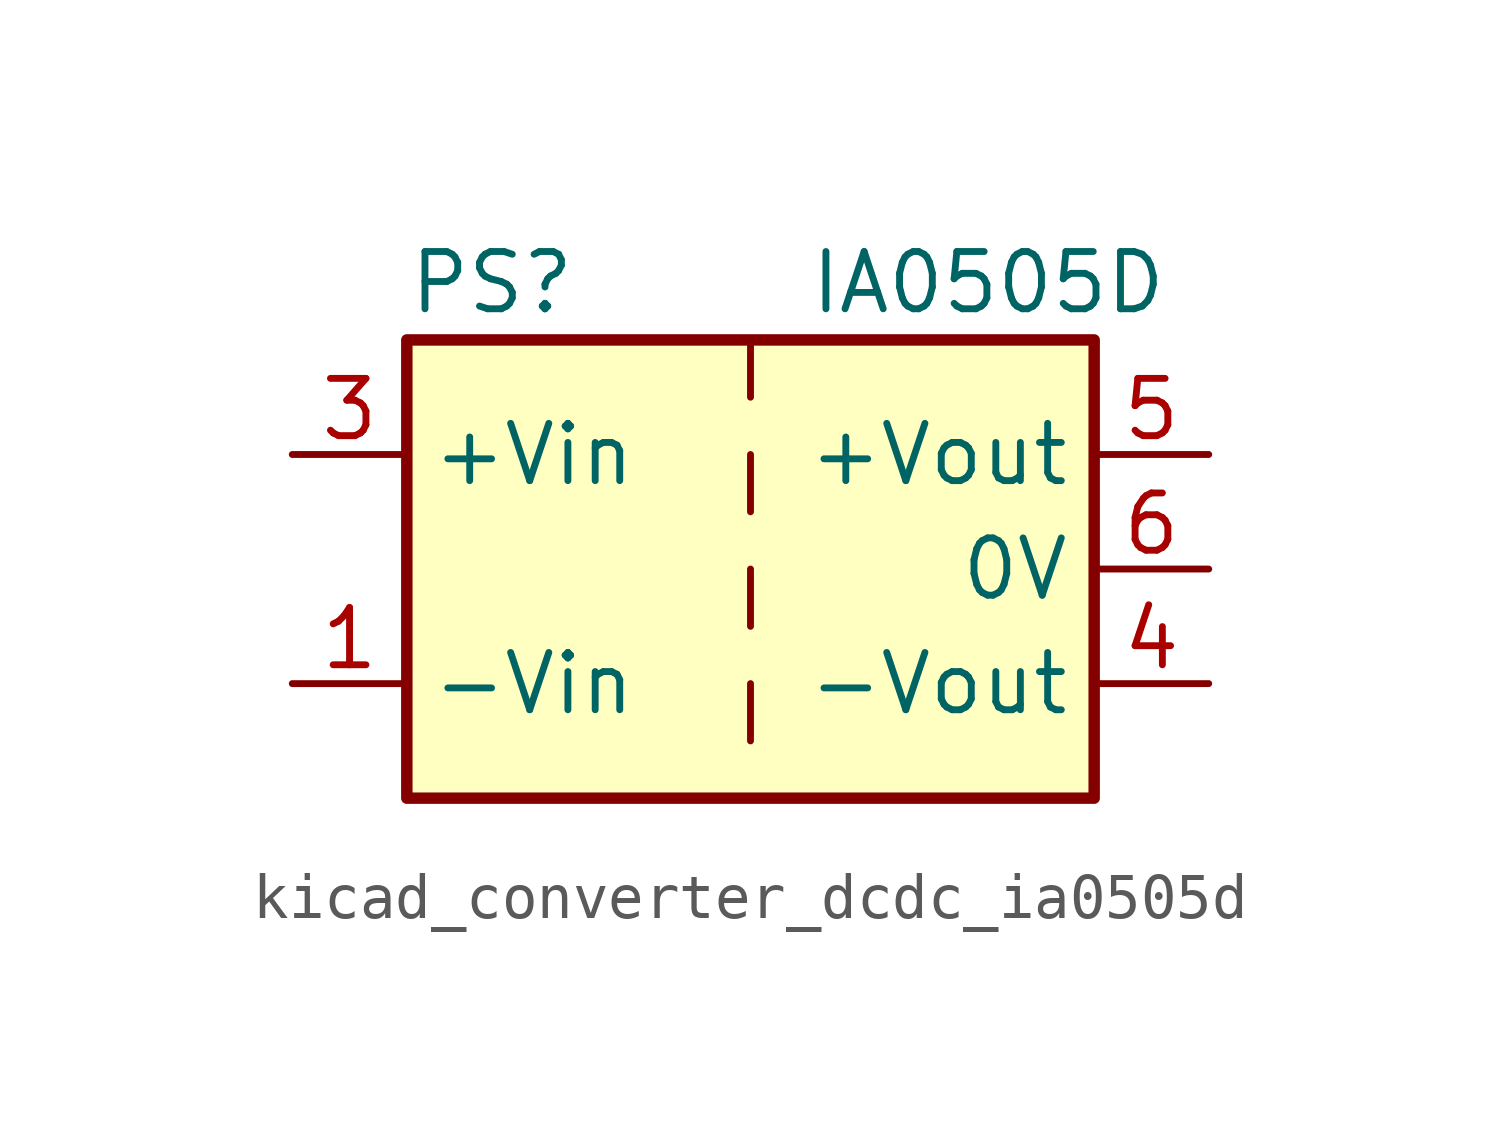
<source format=kicad_sym>
(kicad_symbol_lib
  (version 20220914)
  (generator kicad_symbol_editor)
  (symbol "kicad_converter_dcdc_ia0505d"
    (property "Reference" "PS"
      (at -7.62 6.35 0)
      (effects (font (size 1.27 1.27)) (justify left)))
    (property "Value" "IA0505D"
      (at 1.27 6.35 0)
      (effects (font (size 1.27 1.27)) (justify left)))
    (symbol "kicad_converter_dcdc_ia0505d_0_0"
      (pin power_in line (at -10.16 -2.54 0) (length 2.54) (name "-Vin" (effects (font (size 1.27 1.27)))) (number "1" (effects (font (size 1.27 1.27)))))
      (pin power_in line (at -10.16 2.54 0) (length 2.54) (name "+Vin" (effects (font (size 1.27 1.27)))) (number "3" (effects (font (size 1.27 1.27)))))
      (pin power_out line (at 10.16 -2.54 180) (length 2.54) (name "-Vout" (effects (font (size 1.27 1.27)))) (number "4" (effects (font (size 1.27 1.27)))))
      (pin power_out line (at 10.16 2.54 180) (length 2.54) (name "+Vout" (effects (font (size 1.27 1.27)))) (number "5" (effects (font (size 1.27 1.27)))))
      (pin power_out line (at 10.16 0 180) (length 2.54) (name "0V" (effects (font (size 1.27 1.27)))) (number "6" (effects (font (size 1.27 1.27))))))
    (symbol "kicad_converter_dcdc_ia0505d_0_1"
      (rectangle (start -7.62 5.08) (end 7.62 -5.08) (stroke (width 0.254) (type default)) (fill (type background)))
      (polyline (pts (xy 0 -2.54) (xy 0 -3.81)) (stroke (width 0) (type default)) (fill (type none)))
      (polyline (pts (xy 0 0) (xy 0 -1.27)) (stroke (width 0) (type default)) (fill (type none)))
      (polyline (pts (xy 0 2.54) (xy 0 1.27)) (stroke (width 0) (type default)) (fill (type none)))
      (polyline (pts (xy 0 5.08) (xy 0 3.81)) (stroke (width 0) (type default)) (fill (type none))))
    (symbol "kicad_converter_dcdc_ia0505d_1_1"
      (pin no_connect line (at 0 -5.08 90) (length 2.54) hide (name "NC" (effects (font (size 1.27 1.27)))) (number "2" (effects (font (size 1.27 1.27))))))))
</source>
